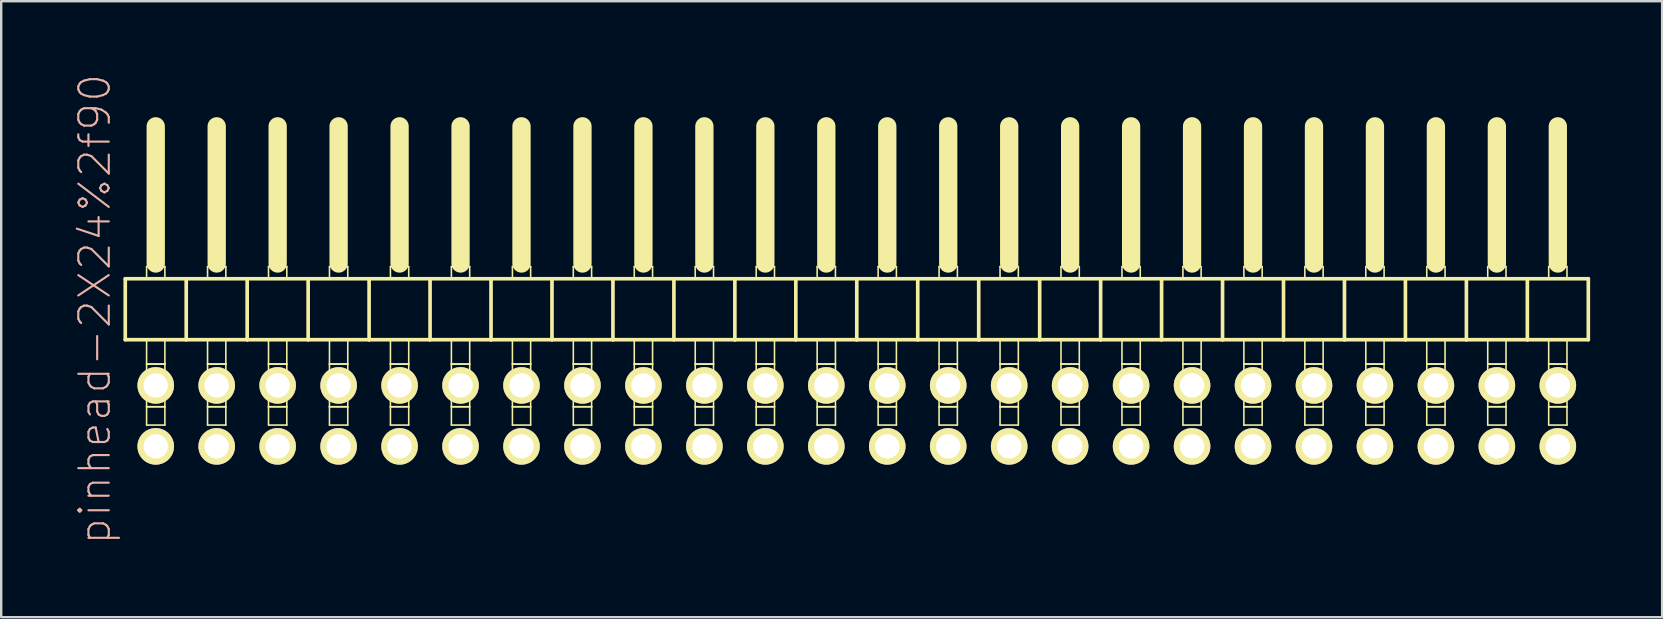
<source format=kicad_pcb>
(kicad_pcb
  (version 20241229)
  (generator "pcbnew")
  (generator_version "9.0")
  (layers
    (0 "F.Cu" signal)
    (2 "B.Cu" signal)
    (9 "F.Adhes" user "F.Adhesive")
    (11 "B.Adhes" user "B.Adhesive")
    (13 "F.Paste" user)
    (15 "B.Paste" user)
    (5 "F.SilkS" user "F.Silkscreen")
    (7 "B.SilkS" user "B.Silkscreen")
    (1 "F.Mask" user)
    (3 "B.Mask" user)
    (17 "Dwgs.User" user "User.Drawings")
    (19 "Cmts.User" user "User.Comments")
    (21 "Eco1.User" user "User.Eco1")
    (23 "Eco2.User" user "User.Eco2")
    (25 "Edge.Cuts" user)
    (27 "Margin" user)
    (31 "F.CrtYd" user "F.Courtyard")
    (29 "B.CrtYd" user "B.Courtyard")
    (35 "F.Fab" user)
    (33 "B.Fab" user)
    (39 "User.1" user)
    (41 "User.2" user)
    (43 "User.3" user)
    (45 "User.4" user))
  (footprint "pinhead-2X24%2f90"
    (layer "F.Cu")
    (at 32.649 9.199)
    (property "Reference" "pinhead-2X24%2f90" (at -31.75 0.635 90) (layer "B.SilkS") (effects (font (size 1.27 1.27) (thickness 0.089))))
    (attr exclude_from_pos_files exclude_from_bom)
    (fp_line (start -30.48 -0.635) (end -30.48 1.905) (stroke (width 0.152) (type solid)) (layer "F.SilkS"))
    (fp_line (start -30.48 1.905) (end -27.94 1.905) (stroke (width 0.152) (type solid)) (layer "F.SilkS"))
    (fp_line (start -29.591 -1.143) (end -28.829 -1.143) (stroke (width 0.066) (type solid)) (layer "F.SilkS"))
    (fp_line (start -29.591 -0.635) (end -29.591 -1.143) (stroke (width 0.066) (type solid)) (layer "F.SilkS"))
    (fp_line (start -29.591 -0.635) (end -28.829 -0.635) (stroke (width 0.066) (type solid)) (layer "F.SilkS"))
    (fp_line (start -29.591 1.905) (end -28.829 1.905) (stroke (width 0.066) (type solid)) (layer "F.SilkS"))
    (fp_line (start -29.591 2.921) (end -29.591 1.905) (stroke (width 0.066) (type solid)) (layer "F.SilkS"))
    (fp_line (start -29.591 2.921) (end -28.829 2.921) (stroke (width 0.066) (type solid)) (layer "F.SilkS"))
    (fp_line (start -29.591 2.921) (end -28.829 2.921) (stroke (width 0.066) (type solid)) (layer "F.SilkS"))
    (fp_line (start -29.591 4.699) (end -29.591 2.921) (stroke (width 0.066) (type solid)) (layer "F.SilkS"))
    (fp_line (start -29.591 4.699) (end -28.829 4.699) (stroke (width 0.066) (type solid)) (layer "F.SilkS"))
    (fp_line (start -29.591 4.699) (end -28.829 4.699) (stroke (width 0.066) (type solid)) (layer "F.SilkS"))
    (fp_line (start -29.591 5.461) (end -29.591 4.699) (stroke (width 0.066) (type solid)) (layer "F.SilkS"))
    (fp_line (start -29.591 5.461) (end -28.829 5.461) (stroke (width 0.066) (type solid)) (layer "F.SilkS"))
    (fp_line (start -29.21 -6.985) (end -29.21 -1.27) (stroke (width 0.762) (type solid)) (layer "F.SilkS"))
    (fp_line (start -28.829 -0.635) (end -28.829 -1.143) (stroke (width 0.066) (type solid)) (layer "F.SilkS"))
    (fp_line (start -28.829 2.921) (end -28.829 1.905) (stroke (width 0.066) (type solid)) (layer "F.SilkS"))
    (fp_line (start -28.829 4.699) (end -28.829 2.921) (stroke (width 0.066) (type solid)) (layer "F.SilkS"))
    (fp_line (start -28.829 5.461) (end -28.829 4.699) (stroke (width 0.066) (type solid)) (layer "F.SilkS"))
    (fp_line (start -27.94 -0.635) (end -30.48 -0.635) (stroke (width 0.152) (type solid)) (layer "F.SilkS"))
    (fp_line (start -27.94 1.905) (end -27.94 -0.635) (stroke (width 0.152) (type solid)) (layer "F.SilkS"))
    (fp_line (start -27.94 1.905) (end -25.4 1.905) (stroke (width 0.152) (type solid)) (layer "F.SilkS"))
    (fp_line (start -27.051 -1.143) (end -26.289 -1.143) (stroke (width 0.066) (type solid)) (layer "F.SilkS"))
    (fp_line (start -27.051 -0.635) (end -27.051 -1.143) (stroke (width 0.066) (type solid)) (layer "F.SilkS"))
    (fp_line (start -27.051 -0.635) (end -26.289 -0.635) (stroke (width 0.066) (type solid)) (layer "F.SilkS"))
    (fp_line (start -27.051 1.905) (end -26.289 1.905) (stroke (width 0.066) (type solid)) (layer "F.SilkS"))
    (fp_line (start -27.051 2.921) (end -27.051 1.905) (stroke (width 0.066) (type solid)) (layer "F.SilkS"))
    (fp_line (start -27.051 2.921) (end -26.289 2.921) (stroke (width 0.066) (type solid)) (layer "F.SilkS"))
    (fp_line (start -27.051 2.921) (end -26.289 2.921) (stroke (width 0.066) (type solid)) (layer "F.SilkS"))
    (fp_line (start -27.051 4.699) (end -27.051 2.921) (stroke (width 0.066) (type solid)) (layer "F.SilkS"))
    (fp_line (start -27.051 4.699) (end -26.289 4.699) (stroke (width 0.066) (type solid)) (layer "F.SilkS"))
    (fp_line (start -27.051 4.699) (end -26.289 4.699) (stroke (width 0.066) (type solid)) (layer "F.SilkS"))
    (fp_line (start -27.051 5.461) (end -27.051 4.699) (stroke (width 0.066) (type solid)) (layer "F.SilkS"))
    (fp_line (start -27.051 5.461) (end -26.289 5.461) (stroke (width 0.066) (type solid)) (layer "F.SilkS"))
    (fp_line (start -26.67 -6.985) (end -26.67 -1.27) (stroke (width 0.762) (type solid)) (layer "F.SilkS"))
    (fp_line (start -26.289 -0.635) (end -26.289 -1.143) (stroke (width 0.066) (type solid)) (layer "F.SilkS"))
    (fp_line (start -26.289 2.921) (end -26.289 1.905) (stroke (width 0.066) (type solid)) (layer "F.SilkS"))
    (fp_line (start -26.289 4.699) (end -26.289 2.921) (stroke (width 0.066) (type solid)) (layer "F.SilkS"))
    (fp_line (start -26.289 5.461) (end -26.289 4.699) (stroke (width 0.066) (type solid)) (layer "F.SilkS"))
    (fp_line (start -25.4 -0.635) (end -27.94 -0.635) (stroke (width 0.152) (type solid)) (layer "F.SilkS"))
    (fp_line (start -25.4 1.905) (end -25.4 -0.635) (stroke (width 0.152) (type solid)) (layer "F.SilkS"))
    (fp_line (start -25.4 1.905) (end -22.86 1.905) (stroke (width 0.152) (type solid)) (layer "F.SilkS"))
    (fp_line (start -24.511 -1.143) (end -23.749 -1.143) (stroke (width 0.066) (type solid)) (layer "F.SilkS"))
    (fp_line (start -24.511 -0.635) (end -24.511 -1.143) (stroke (width 0.066) (type solid)) (layer "F.SilkS"))
    (fp_line (start -24.511 -0.635) (end -23.749 -0.635) (stroke (width 0.066) (type solid)) (layer "F.SilkS"))
    (fp_line (start -24.511 1.905) (end -23.749 1.905) (stroke (width 0.066) (type solid)) (layer "F.SilkS"))
    (fp_line (start -24.511 2.921) (end -24.511 1.905) (stroke (width 0.066) (type solid)) (layer "F.SilkS"))
    (fp_line (start -24.511 2.921) (end -23.749 2.921) (stroke (width 0.066) (type solid)) (layer "F.SilkS"))
    (fp_line (start -24.511 2.921) (end -23.749 2.921) (stroke (width 0.066) (type solid)) (layer "F.SilkS"))
    (fp_line (start -24.511 4.699) (end -24.511 2.921) (stroke (width 0.066) (type solid)) (layer "F.SilkS"))
    (fp_line (start -24.511 4.699) (end -23.749 4.699) (stroke (width 0.066) (type solid)) (layer "F.SilkS"))
    (fp_line (start -24.511 4.699) (end -23.749 4.699) (stroke (width 0.066) (type solid)) (layer "F.SilkS"))
    (fp_line (start -24.511 5.461) (end -24.511 4.699) (stroke (width 0.066) (type solid)) (layer "F.SilkS"))
    (fp_line (start -24.511 5.461) (end -23.749 5.461) (stroke (width 0.066) (type solid)) (layer "F.SilkS"))
    (fp_line (start -24.13 -6.985) (end -24.13 -1.27) (stroke (width 0.762) (type solid)) (layer "F.SilkS"))
    (fp_line (start -23.749 -0.635) (end -23.749 -1.143) (stroke (width 0.066) (type solid)) (layer "F.SilkS"))
    (fp_line (start -23.749 2.921) (end -23.749 1.905) (stroke (width 0.066) (type solid)) (layer "F.SilkS"))
    (fp_line (start -23.749 4.699) (end -23.749 2.921) (stroke (width 0.066) (type solid)) (layer "F.SilkS"))
    (fp_line (start -23.749 5.461) (end -23.749 4.699) (stroke (width 0.066) (type solid)) (layer "F.SilkS"))
    (fp_line (start -22.86 -0.635) (end -25.4 -0.635) (stroke (width 0.152) (type solid)) (layer "F.SilkS"))
    (fp_line (start -22.86 1.905) (end -22.86 -0.635) (stroke (width 0.152) (type solid)) (layer "F.SilkS"))
    (fp_line (start -22.86 1.905) (end -20.32 1.905) (stroke (width 0.152) (type solid)) (layer "F.SilkS"))
    (fp_line (start -21.971 -1.143) (end -21.209 -1.143) (stroke (width 0.066) (type solid)) (layer "F.SilkS"))
    (fp_line (start -21.971 -0.635) (end -21.971 -1.143) (stroke (width 0.066) (type solid)) (layer "F.SilkS"))
    (fp_line (start -21.971 -0.635) (end -21.209 -0.635) (stroke (width 0.066) (type solid)) (layer "F.SilkS"))
    (fp_line (start -21.971 1.905) (end -21.209 1.905) (stroke (width 0.066) (type solid)) (layer "F.SilkS"))
    (fp_line (start -21.971 2.921) (end -21.971 1.905) (stroke (width 0.066) (type solid)) (layer "F.SilkS"))
    (fp_line (start -21.971 2.921) (end -21.209 2.921) (stroke (width 0.066) (type solid)) (layer "F.SilkS"))
    (fp_line (start -21.971 2.921) (end -21.209 2.921) (stroke (width 0.066) (type solid)) (layer "F.SilkS"))
    (fp_line (start -21.971 4.699) (end -21.971 2.921) (stroke (width 0.066) (type solid)) (layer "F.SilkS"))
    (fp_line (start -21.971 4.699) (end -21.209 4.699) (stroke (width 0.066) (type solid)) (layer "F.SilkS"))
    (fp_line (start -21.971 4.699) (end -21.209 4.699) (stroke (width 0.066) (type solid)) (layer "F.SilkS"))
    (fp_line (start -21.971 5.461) (end -21.971 4.699) (stroke (width 0.066) (type solid)) (layer "F.SilkS"))
    (fp_line (start -21.971 5.461) (end -21.209 5.461) (stroke (width 0.066) (type solid)) (layer "F.SilkS"))
    (fp_line (start -21.59 -6.985) (end -21.59 -1.27) (stroke (width 0.762) (type solid)) (layer "F.SilkS"))
    (fp_line (start -21.209 -0.635) (end -21.209 -1.143) (stroke (width 0.066) (type solid)) (layer "F.SilkS"))
    (fp_line (start -21.209 2.921) (end -21.209 1.905) (stroke (width 0.066) (type solid)) (layer "F.SilkS"))
    (fp_line (start -21.209 4.699) (end -21.209 2.921) (stroke (width 0.066) (type solid)) (layer "F.SilkS"))
    (fp_line (start -21.209 5.461) (end -21.209 4.699) (stroke (width 0.066) (type solid)) (layer "F.SilkS"))
    (fp_line (start -20.32 -0.635) (end -22.86 -0.635) (stroke (width 0.152) (type solid)) (layer "F.SilkS"))
    (fp_line (start -20.32 1.905) (end -20.32 -0.635) (stroke (width 0.152) (type solid)) (layer "F.SilkS"))
    (fp_line (start -20.32 1.905) (end -17.78 1.905) (stroke (width 0.152) (type solid)) (layer "F.SilkS"))
    (fp_line (start -19.431 -1.143) (end -18.669 -1.143) (stroke (width 0.066) (type solid)) (layer "F.SilkS"))
    (fp_line (start -19.431 -0.635) (end -19.431 -1.143) (stroke (width 0.066) (type solid)) (layer "F.SilkS"))
    (fp_line (start -19.431 -0.635) (end -18.669 -0.635) (stroke (width 0.066) (type solid)) (layer "F.SilkS"))
    (fp_line (start -19.431 1.905) (end -18.669 1.905) (stroke (width 0.066) (type solid)) (layer "F.SilkS"))
    (fp_line (start -19.431 2.921) (end -19.431 1.905) (stroke (width 0.066) (type solid)) (layer "F.SilkS"))
    (fp_line (start -19.431 2.921) (end -18.669 2.921) (stroke (width 0.066) (type solid)) (layer "F.SilkS"))
    (fp_line (start -19.431 2.921) (end -18.669 2.921) (stroke (width 0.066) (type solid)) (layer "F.SilkS"))
    (fp_line (start -19.431 4.699) (end -19.431 2.921) (stroke (width 0.066) (type solid)) (layer "F.SilkS"))
    (fp_line (start -19.431 4.699) (end -18.669 4.699) (stroke (width 0.066) (type solid)) (layer "F.SilkS"))
    (fp_line (start -19.431 4.699) (end -18.669 4.699) (stroke (width 0.066) (type solid)) (layer "F.SilkS"))
    (fp_line (start -19.431 5.461) (end -19.431 4.699) (stroke (width 0.066) (type solid)) (layer "F.SilkS"))
    (fp_line (start -19.431 5.461) (end -18.669 5.461) (stroke (width 0.066) (type solid)) (layer "F.SilkS"))
    (fp_line (start -19.05 -6.985) (end -19.05 -1.27) (stroke (width 0.762) (type solid)) (layer "F.SilkS"))
    (fp_line (start -18.669 -0.635) (end -18.669 -1.143) (stroke (width 0.066) (type solid)) (layer "F.SilkS"))
    (fp_line (start -18.669 2.921) (end -18.669 1.905) (stroke (width 0.066) (type solid)) (layer "F.SilkS"))
    (fp_line (start -18.669 4.699) (end -18.669 2.921) (stroke (width 0.066) (type solid)) (layer "F.SilkS"))
    (fp_line (start -18.669 5.461) (end -18.669 4.699) (stroke (width 0.066) (type solid)) (layer "F.SilkS"))
    (fp_line (start -17.78 -0.635) (end -20.32 -0.635) (stroke (width 0.152) (type solid)) (layer "F.SilkS"))
    (fp_line (start -17.78 1.905) (end -17.78 -0.635) (stroke (width 0.152) (type solid)) (layer "F.SilkS"))
    (fp_line (start -17.78 1.905) (end -15.24 1.905) (stroke (width 0.152) (type solid)) (layer "F.SilkS"))
    (fp_line (start -16.891 -1.143) (end -16.129 -1.143) (stroke (width 0.066) (type solid)) (layer "F.SilkS"))
    (fp_line (start -16.891 -0.635) (end -16.891 -1.143) (stroke (width 0.066) (type solid)) (layer "F.SilkS"))
    (fp_line (start -16.891 -0.635) (end -16.129 -0.635) (stroke (width 0.066) (type solid)) (layer "F.SilkS"))
    (fp_line (start -16.891 1.905) (end -16.129 1.905) (stroke (width 0.066) (type solid)) (layer "F.SilkS"))
    (fp_line (start -16.891 2.921) (end -16.891 1.905) (stroke (width 0.066) (type solid)) (layer "F.SilkS"))
    (fp_line (start -16.891 2.921) (end -16.129 2.921) (stroke (width 0.066) (type solid)) (layer "F.SilkS"))
    (fp_line (start -16.891 2.921) (end -16.129 2.921) (stroke (width 0.066) (type solid)) (layer "F.SilkS"))
    (fp_line (start -16.891 4.699) (end -16.891 2.921) (stroke (width 0.066) (type solid)) (layer "F.SilkS"))
    (fp_line (start -16.891 4.699) (end -16.129 4.699) (stroke (width 0.066) (type solid)) (layer "F.SilkS"))
    (fp_line (start -16.891 4.699) (end -16.129 4.699) (stroke (width 0.066) (type solid)) (layer "F.SilkS"))
    (fp_line (start -16.891 5.461) (end -16.891 4.699) (stroke (width 0.066) (type solid)) (layer "F.SilkS"))
    (fp_line (start -16.891 5.461) (end -16.129 5.461) (stroke (width 0.066) (type solid)) (layer "F.SilkS"))
    (fp_line (start -16.51 -6.985) (end -16.51 -1.27) (stroke (width 0.762) (type solid)) (layer "F.SilkS"))
    (fp_line (start -16.129 -0.635) (end -16.129 -1.143) (stroke (width 0.066) (type solid)) (layer "F.SilkS"))
    (fp_line (start -16.129 2.921) (end -16.129 1.905) (stroke (width 0.066) (type solid)) (layer "F.SilkS"))
    (fp_line (start -16.129 4.699) (end -16.129 2.921) (stroke (width 0.066) (type solid)) (layer "F.SilkS"))
    (fp_line (start -16.129 5.461) (end -16.129 4.699) (stroke (width 0.066) (type solid)) (layer "F.SilkS"))
    (fp_line (start -15.24 -0.635) (end -17.78 -0.635) (stroke (width 0.152) (type solid)) (layer "F.SilkS"))
    (fp_line (start -15.24 1.905) (end -15.24 -0.635) (stroke (width 0.152) (type solid)) (layer "F.SilkS"))
    (fp_line (start -15.24 1.905) (end -12.7 1.905) (stroke (width 0.152) (type solid)) (layer "F.SilkS"))
    (fp_line (start -14.348 -1.143) (end -13.589 -1.143) (stroke (width 0.066) (type solid)) (layer "F.SilkS"))
    (fp_line (start -14.348 -0.635) (end -14.348 -1.143) (stroke (width 0.066) (type solid)) (layer "F.SilkS"))
    (fp_line (start -14.348 -0.635) (end -13.589 -0.635) (stroke (width 0.066) (type solid)) (layer "F.SilkS"))
    (fp_line (start -14.348 1.905) (end -13.589 1.905) (stroke (width 0.066) (type solid)) (layer "F.SilkS"))
    (fp_line (start -14.348 2.921) (end -14.348 1.905) (stroke (width 0.066) (type solid)) (layer "F.SilkS"))
    (fp_line (start -14.348 2.921) (end -13.589 2.921) (stroke (width 0.066) (type solid)) (layer "F.SilkS"))
    (fp_line (start -14.348 2.921) (end -13.589 2.921) (stroke (width 0.066) (type solid)) (layer "F.SilkS"))
    (fp_line (start -14.348 4.699) (end -14.348 2.921) (stroke (width 0.066) (type solid)) (layer "F.SilkS"))
    (fp_line (start -14.348 4.699) (end -13.589 4.699) (stroke (width 0.066) (type solid)) (layer "F.SilkS"))
    (fp_line (start -14.348 4.699) (end -13.589 4.699) (stroke (width 0.066) (type solid)) (layer "F.SilkS"))
    (fp_line (start -14.348 5.461) (end -14.348 4.699) (stroke (width 0.066) (type solid)) (layer "F.SilkS"))
    (fp_line (start -14.348 5.461) (end -13.589 5.461) (stroke (width 0.066) (type solid)) (layer "F.SilkS"))
    (fp_line (start -13.97 -6.985) (end -13.97 -1.27) (stroke (width 0.762) (type solid)) (layer "F.SilkS"))
    (fp_line (start -13.589 -0.635) (end -13.589 -1.143) (stroke (width 0.066) (type solid)) (layer "F.SilkS"))
    (fp_line (start -13.589 2.921) (end -13.589 1.905) (stroke (width 0.066) (type solid)) (layer "F.SilkS"))
    (fp_line (start -13.589 4.699) (end -13.589 2.921) (stroke (width 0.066) (type solid)) (layer "F.SilkS"))
    (fp_line (start -13.589 5.461) (end -13.589 4.699) (stroke (width 0.066) (type solid)) (layer "F.SilkS"))
    (fp_line (start -12.7 -0.635) (end -15.24 -0.635) (stroke (width 0.152) (type solid)) (layer "F.SilkS"))
    (fp_line (start -12.7 1.905) (end -12.7 -0.635) (stroke (width 0.152) (type solid)) (layer "F.SilkS"))
    (fp_line (start -12.7 1.905) (end -10.16 1.905) (stroke (width 0.152) (type solid)) (layer "F.SilkS"))
    (fp_line (start -11.811 -1.143) (end -11.049 -1.143) (stroke (width 0.066) (type solid)) (layer "F.SilkS"))
    (fp_line (start -11.811 -0.635) (end -11.811 -1.143) (stroke (width 0.066) (type solid)) (layer "F.SilkS"))
    (fp_line (start -11.811 -0.635) (end -11.049 -0.635) (stroke (width 0.066) (type solid)) (layer "F.SilkS"))
    (fp_line (start -11.811 1.905) (end -11.049 1.905) (stroke (width 0.066) (type solid)) (layer "F.SilkS"))
    (fp_line (start -11.811 2.921) (end -11.811 1.905) (stroke (width 0.066) (type solid)) (layer "F.SilkS"))
    (fp_line (start -11.811 2.921) (end -11.049 2.921) (stroke (width 0.066) (type solid)) (layer "F.SilkS"))
    (fp_line (start -11.811 2.921) (end -11.049 2.921) (stroke (width 0.066) (type solid)) (layer "F.SilkS"))
    (fp_line (start -11.811 4.699) (end -11.811 2.921) (stroke (width 0.066) (type solid)) (layer "F.SilkS"))
    (fp_line (start -11.811 4.699) (end -11.049 4.699) (stroke (width 0.066) (type solid)) (layer "F.SilkS"))
    (fp_line (start -11.811 4.699) (end -11.049 4.699) (stroke (width 0.066) (type solid)) (layer "F.SilkS"))
    (fp_line (start -11.811 5.461) (end -11.811 4.699) (stroke (width 0.066) (type solid)) (layer "F.SilkS"))
    (fp_line (start -11.811 5.461) (end -11.049 5.461) (stroke (width 0.066) (type solid)) (layer "F.SilkS"))
    (fp_line (start -11.43 -6.985) (end -11.43 -1.27) (stroke (width 0.762) (type solid)) (layer "F.SilkS"))
    (fp_line (start -11.049 -0.635) (end -11.049 -1.143) (stroke (width 0.066) (type solid)) (layer "F.SilkS"))
    (fp_line (start -11.049 2.921) (end -11.049 1.905) (stroke (width 0.066) (type solid)) (layer "F.SilkS"))
    (fp_line (start -11.049 4.699) (end -11.049 2.921) (stroke (width 0.066) (type solid)) (layer "F.SilkS"))
    (fp_line (start -11.049 5.461) (end -11.049 4.699) (stroke (width 0.066) (type solid)) (layer "F.SilkS"))
    (fp_line (start -10.16 -0.635) (end -12.7 -0.635) (stroke (width 0.152) (type solid)) (layer "F.SilkS"))
    (fp_line (start -10.16 1.905) (end -10.16 -0.635) (stroke (width 0.152) (type solid)) (layer "F.SilkS"))
    (fp_line (start -10.16 1.905) (end -7.62 1.905) (stroke (width 0.152) (type solid)) (layer "F.SilkS"))
    (fp_line (start -9.271 -1.143) (end -8.509 -1.143) (stroke (width 0.066) (type solid)) (layer "F.SilkS"))
    (fp_line (start -9.271 -0.635) (end -9.271 -1.143) (stroke (width 0.066) (type solid)) (layer "F.SilkS"))
    (fp_line (start -9.271 -0.635) (end -8.509 -0.635) (stroke (width 0.066) (type solid)) (layer "F.SilkS"))
    (fp_line (start -9.271 1.905) (end -8.509 1.905) (stroke (width 0.066) (type solid)) (layer "F.SilkS"))
    (fp_line (start -9.271 2.921) (end -9.271 1.905) (stroke (width 0.066) (type solid)) (layer "F.SilkS"))
    (fp_line (start -9.271 2.921) (end -8.509 2.921) (stroke (width 0.066) (type solid)) (layer "F.SilkS"))
    (fp_line (start -9.271 2.921) (end -8.509 2.921) (stroke (width 0.066) (type solid)) (layer "F.SilkS"))
    (fp_line (start -9.271 4.699) (end -9.271 2.921) (stroke (width 0.066) (type solid)) (layer "F.SilkS"))
    (fp_line (start -9.271 4.699) (end -8.509 4.699) (stroke (width 0.066) (type solid)) (layer "F.SilkS"))
    (fp_line (start -9.271 4.699) (end -8.509 4.699) (stroke (width 0.066) (type solid)) (layer "F.SilkS"))
    (fp_line (start -9.271 5.461) (end -9.271 4.699) (stroke (width 0.066) (type solid)) (layer "F.SilkS"))
    (fp_line (start -9.271 5.461) (end -8.509 5.461) (stroke (width 0.066) (type solid)) (layer "F.SilkS"))
    (fp_line (start -8.89 -6.985) (end -8.89 -1.27) (stroke (width 0.762) (type solid)) (layer "F.SilkS"))
    (fp_line (start -8.509 -0.635) (end -8.509 -1.143) (stroke (width 0.066) (type solid)) (layer "F.SilkS"))
    (fp_line (start -8.509 2.921) (end -8.509 1.905) (stroke (width 0.066) (type solid)) (layer "F.SilkS"))
    (fp_line (start -8.509 4.699) (end -8.509 2.921) (stroke (width 0.066) (type solid)) (layer "F.SilkS"))
    (fp_line (start -8.509 5.461) (end -8.509 4.699) (stroke (width 0.066) (type solid)) (layer "F.SilkS"))
    (fp_line (start -7.62 -0.635) (end -10.16 -0.635) (stroke (width 0.152) (type solid)) (layer "F.SilkS"))
    (fp_line (start -7.62 1.905) (end -7.62 -0.635) (stroke (width 0.152) (type solid)) (layer "F.SilkS"))
    (fp_line (start -7.62 1.905) (end -5.08 1.905) (stroke (width 0.152) (type solid)) (layer "F.SilkS"))
    (fp_line (start -6.731 -1.143) (end -5.969 -1.143) (stroke (width 0.066) (type solid)) (layer "F.SilkS"))
    (fp_line (start -6.731 -0.635) (end -6.731 -1.143) (stroke (width 0.066) (type solid)) (layer "F.SilkS"))
    (fp_line (start -6.731 -0.635) (end -5.969 -0.635) (stroke (width 0.066) (type solid)) (layer "F.SilkS"))
    (fp_line (start -6.731 1.905) (end -5.969 1.905) (stroke (width 0.066) (type solid)) (layer "F.SilkS"))
    (fp_line (start -6.731 2.921) (end -6.731 1.905) (stroke (width 0.066) (type solid)) (layer "F.SilkS"))
    (fp_line (start -6.731 2.921) (end -5.969 2.921) (stroke (width 0.066) (type solid)) (layer "F.SilkS"))
    (fp_line (start -6.731 2.921) (end -5.969 2.921) (stroke (width 0.066) (type solid)) (layer "F.SilkS"))
    (fp_line (start -6.731 4.699) (end -6.731 2.921) (stroke (width 0.066) (type solid)) (layer "F.SilkS"))
    (fp_line (start -6.731 4.699) (end -5.969 4.699) (stroke (width 0.066) (type solid)) (layer "F.SilkS"))
    (fp_line (start -6.731 4.699) (end -5.969 4.699) (stroke (width 0.066) (type solid)) (layer "F.SilkS"))
    (fp_line (start -6.731 5.461) (end -6.731 4.699) (stroke (width 0.066) (type solid)) (layer "F.SilkS"))
    (fp_line (start -6.731 5.461) (end -5.969 5.461) (stroke (width 0.066) (type solid)) (layer "F.SilkS"))
    (fp_line (start -6.35 -6.985) (end -6.35 -1.27) (stroke (width 0.762) (type solid)) (layer "F.SilkS"))
    (fp_line (start -5.969 -0.635) (end -5.969 -1.143) (stroke (width 0.066) (type solid)) (layer "F.SilkS"))
    (fp_line (start -5.969 2.921) (end -5.969 1.905) (stroke (width 0.066) (type solid)) (layer "F.SilkS"))
    (fp_line (start -5.969 4.699) (end -5.969 2.921) (stroke (width 0.066) (type solid)) (layer "F.SilkS"))
    (fp_line (start -5.969 5.461) (end -5.969 4.699) (stroke (width 0.066) (type solid)) (layer "F.SilkS"))
    (fp_line (start -5.08 -0.635) (end -7.62 -0.635) (stroke (width 0.152) (type solid)) (layer "F.SilkS"))
    (fp_line (start -5.08 1.905) (end -5.08 -0.635) (stroke (width 0.152) (type solid)) (layer "F.SilkS"))
    (fp_line (start -5.08 1.905) (end -2.54 1.905) (stroke (width 0.152) (type solid)) (layer "F.SilkS"))
    (fp_line (start -4.191 -1.143) (end -3.429 -1.143) (stroke (width 0.066) (type solid)) (layer "F.SilkS"))
    (fp_line (start -4.191 -0.635) (end -4.191 -1.143) (stroke (width 0.066) (type solid)) (layer "F.SilkS"))
    (fp_line (start -4.191 -0.635) (end -3.429 -0.635) (stroke (width 0.066) (type solid)) (layer "F.SilkS"))
    (fp_line (start -4.191 1.905) (end -3.429 1.905) (stroke (width 0.066) (type solid)) (layer "F.SilkS"))
    (fp_line (start -4.191 2.921) (end -4.191 1.905) (stroke (width 0.066) (type solid)) (layer "F.SilkS"))
    (fp_line (start -4.191 2.921) (end -3.429 2.921) (stroke (width 0.066) (type solid)) (layer "F.SilkS"))
    (fp_line (start -4.191 2.921) (end -3.429 2.921) (stroke (width 0.066) (type solid)) (layer "F.SilkS"))
    (fp_line (start -4.191 4.699) (end -4.191 2.921) (stroke (width 0.066) (type solid)) (layer "F.SilkS"))
    (fp_line (start -4.191 4.699) (end -3.429 4.699) (stroke (width 0.066) (type solid)) (layer "F.SilkS"))
    (fp_line (start -4.191 4.699) (end -3.429 4.699) (stroke (width 0.066) (type solid)) (layer "F.SilkS"))
    (fp_line (start -4.191 5.461) (end -4.191 4.699) (stroke (width 0.066) (type solid)) (layer "F.SilkS"))
    (fp_line (start -4.191 5.461) (end -3.429 5.461) (stroke (width 0.066) (type solid)) (layer "F.SilkS"))
    (fp_line (start -3.81 -6.985) (end -3.81 -1.27) (stroke (width 0.762) (type solid)) (layer "F.SilkS"))
    (fp_line (start -3.429 -0.635) (end -3.429 -1.143) (stroke (width 0.066) (type solid)) (layer "F.SilkS"))
    (fp_line (start -3.429 2.921) (end -3.429 1.905) (stroke (width 0.066) (type solid)) (layer "F.SilkS"))
    (fp_line (start -3.429 4.699) (end -3.429 2.921) (stroke (width 0.066) (type solid)) (layer "F.SilkS"))
    (fp_line (start -3.429 5.461) (end -3.429 4.699) (stroke (width 0.066) (type solid)) (layer "F.SilkS"))
    (fp_line (start -2.54 -0.635) (end -5.08 -0.635) (stroke (width 0.152) (type solid)) (layer "F.SilkS"))
    (fp_line (start -2.54 1.905) (end -2.54 -0.635) (stroke (width 0.152) (type solid)) (layer "F.SilkS"))
    (fp_line (start -2.54 1.905) (end 0 1.905) (stroke (width 0.152) (type solid)) (layer "F.SilkS"))
    (fp_line (start -1.651 -1.143) (end -0.889 -1.143) (stroke (width 0.066) (type solid)) (layer "F.SilkS"))
    (fp_line (start -1.651 -0.635) (end -1.651 -1.143) (stroke (width 0.066) (type solid)) (layer "F.SilkS"))
    (fp_line (start -1.651 -0.635) (end -0.889 -0.635) (stroke (width 0.066) (type solid)) (layer "F.SilkS"))
    (fp_line (start -1.651 1.905) (end -0.889 1.905) (stroke (width 0.066) (type solid)) (layer "F.SilkS"))
    (fp_line (start -1.651 2.921) (end -1.651 1.905) (stroke (width 0.066) (type solid)) (layer "F.SilkS"))
    (fp_line (start -1.651 2.921) (end -0.889 2.921) (stroke (width 0.066) (type solid)) (layer "F.SilkS"))
    (fp_line (start -1.651 2.921) (end -0.889 2.921) (stroke (width 0.066) (type solid)) (layer "F.SilkS"))
    (fp_line (start -1.651 4.699) (end -1.651 2.921) (stroke (width 0.066) (type solid)) (layer "F.SilkS"))
    (fp_line (start -1.651 4.699) (end -0.889 4.699) (stroke (width 0.066) (type solid)) (layer "F.SilkS"))
    (fp_line (start -1.651 4.699) (end -0.889 4.699) (stroke (width 0.066) (type solid)) (layer "F.SilkS"))
    (fp_line (start -1.651 5.461) (end -1.651 4.699) (stroke (width 0.066) (type solid)) (layer "F.SilkS"))
    (fp_line (start -1.651 5.461) (end -0.889 5.461) (stroke (width 0.066) (type solid)) (layer "F.SilkS"))
    (fp_line (start -1.27 -6.985) (end -1.27 -1.27) (stroke (width 0.762) (type solid)) (layer "F.SilkS"))
    (fp_line (start -0.889 -0.635) (end -0.889 -1.143) (stroke (width 0.066) (type solid)) (layer "F.SilkS"))
    (fp_line (start -0.889 2.921) (end -0.889 1.905) (stroke (width 0.066) (type solid)) (layer "F.SilkS"))
    (fp_line (start -0.889 4.699) (end -0.889 2.921) (stroke (width 0.066) (type solid)) (layer "F.SilkS"))
    (fp_line (start -0.889 5.461) (end -0.889 4.699) (stroke (width 0.066) (type solid)) (layer "F.SilkS"))
    (fp_line (start 0 -0.635) (end -2.54 -0.635) (stroke (width 0.152) (type solid)) (layer "F.SilkS"))
    (fp_line (start 0 1.905) (end 0 -0.635) (stroke (width 0.152) (type solid)) (layer "F.SilkS"))
    (fp_line (start 0 1.905) (end 2.54 1.905) (stroke (width 0.152) (type solid)) (layer "F.SilkS"))
    (fp_line (start 0.889 -1.143) (end 1.651 -1.143) (stroke (width 0.066) (type solid)) (layer "F.SilkS"))
    (fp_line (start 0.889 -0.635) (end 0.889 -1.143) (stroke (width 0.066) (type solid)) (layer "F.SilkS"))
    (fp_line (start 0.889 -0.635) (end 1.651 -0.635) (stroke (width 0.066) (type solid)) (layer "F.SilkS"))
    (fp_line (start 0.889 1.905) (end 1.651 1.905) (stroke (width 0.066) (type solid)) (layer "F.SilkS"))
    (fp_line (start 0.889 2.921) (end 0.889 1.905) (stroke (width 0.066) (type solid)) (layer "F.SilkS"))
    (fp_line (start 0.889 2.921) (end 1.651 2.921) (stroke (width 0.066) (type solid)) (layer "F.SilkS"))
    (fp_line (start 0.889 2.921) (end 1.651 2.921) (stroke (width 0.066) (type solid)) (layer "F.SilkS"))
    (fp_line (start 0.889 4.699) (end 0.889 2.921) (stroke (width 0.066) (type solid)) (layer "F.SilkS"))
    (fp_line (start 0.889 4.699) (end 1.651 4.699) (stroke (width 0.066) (type solid)) (layer "F.SilkS"))
    (fp_line (start 0.889 4.699) (end 1.651 4.699) (stroke (width 0.066) (type solid)) (layer "F.SilkS"))
    (fp_line (start 0.889 5.461) (end 0.889 4.699) (stroke (width 0.066) (type solid)) (layer "F.SilkS"))
    (fp_line (start 0.889 5.461) (end 1.651 5.461) (stroke (width 0.066) (type solid)) (layer "F.SilkS"))
    (fp_line (start 1.27 -6.985) (end 1.27 -1.27) (stroke (width 0.762) (type solid)) (layer "F.SilkS"))
    (fp_line (start 1.651 -0.635) (end 1.651 -1.143) (stroke (width 0.066) (type solid)) (layer "F.SilkS"))
    (fp_line (start 1.651 2.921) (end 1.651 1.905) (stroke (width 0.066) (type solid)) (layer "F.SilkS"))
    (fp_line (start 1.651 4.699) (end 1.651 2.921) (stroke (width 0.066) (type solid)) (layer "F.SilkS"))
    (fp_line (start 1.651 5.461) (end 1.651 4.699) (stroke (width 0.066) (type solid)) (layer "F.SilkS"))
    (fp_line (start 2.54 -0.635) (end 0 -0.635) (stroke (width 0.152) (type solid)) (layer "F.SilkS"))
    (fp_line (start 2.54 1.905) (end 2.54 -0.635) (stroke (width 0.152) (type solid)) (layer "F.SilkS"))
    (fp_line (start 2.54 1.905) (end 5.08 1.905) (stroke (width 0.152) (type solid)) (layer "F.SilkS"))
    (fp_line (start 3.429 -1.143) (end 4.191 -1.143) (stroke (width 0.066) (type solid)) (layer "F.SilkS"))
    (fp_line (start 3.429 -0.635) (end 3.429 -1.143) (stroke (width 0.066) (type solid)) (layer "F.SilkS"))
    (fp_line (start 3.429 -0.635) (end 4.191 -0.635) (stroke (width 0.066) (type solid)) (layer "F.SilkS"))
    (fp_line (start 3.429 1.905) (end 4.191 1.905) (stroke (width 0.066) (type solid)) (layer "F.SilkS"))
    (fp_line (start 3.429 2.921) (end 3.429 1.905) (stroke (width 0.066) (type solid)) (layer "F.SilkS"))
    (fp_line (start 3.429 2.921) (end 4.191 2.921) (stroke (width 0.066) (type solid)) (layer "F.SilkS"))
    (fp_line (start 3.429 2.921) (end 4.191 2.921) (stroke (width 0.066) (type solid)) (layer "F.SilkS"))
    (fp_line (start 3.429 4.699) (end 3.429 2.921) (stroke (width 0.066) (type solid)) (layer "F.SilkS"))
    (fp_line (start 3.429 4.699) (end 4.191 4.699) (stroke (width 0.066) (type solid)) (layer "F.SilkS"))
    (fp_line (start 3.429 4.699) (end 4.191 4.699) (stroke (width 0.066) (type solid)) (layer "F.SilkS"))
    (fp_line (start 3.429 5.461) (end 3.429 4.699) (stroke (width 0.066) (type solid)) (layer "F.SilkS"))
    (fp_line (start 3.429 5.461) (end 4.191 5.461) (stroke (width 0.066) (type solid)) (layer "F.SilkS"))
    (fp_line (start 3.81 -6.985) (end 3.81 -1.27) (stroke (width 0.762) (type solid)) (layer "F.SilkS"))
    (fp_line (start 4.191 -0.635) (end 4.191 -1.143) (stroke (width 0.066) (type solid)) (layer "F.SilkS"))
    (fp_line (start 4.191 2.921) (end 4.191 1.905) (stroke (width 0.066) (type solid)) (layer "F.SilkS"))
    (fp_line (start 4.191 4.699) (end 4.191 2.921) (stroke (width 0.066) (type solid)) (layer "F.SilkS"))
    (fp_line (start 4.191 5.461) (end 4.191 4.699) (stroke (width 0.066) (type solid)) (layer "F.SilkS"))
    (fp_line (start 5.08 -0.635) (end 2.54 -0.635) (stroke (width 0.152) (type solid)) (layer "F.SilkS"))
    (fp_line (start 5.08 1.905) (end 5.08 -0.635) (stroke (width 0.152) (type solid)) (layer "F.SilkS"))
    (fp_line (start 5.08 1.905) (end 7.62 1.905) (stroke (width 0.152) (type solid)) (layer "F.SilkS"))
    (fp_line (start 5.969 -1.143) (end 6.731 -1.143) (stroke (width 0.066) (type solid)) (layer "F.SilkS"))
    (fp_line (start 5.969 -0.635) (end 5.969 -1.143) (stroke (width 0.066) (type solid)) (layer "F.SilkS"))
    (fp_line (start 5.969 -0.635) (end 6.731 -0.635) (stroke (width 0.066) (type solid)) (layer "F.SilkS"))
    (fp_line (start 5.969 1.905) (end 6.731 1.905) (stroke (width 0.066) (type solid)) (layer "F.SilkS"))
    (fp_line (start 5.969 2.921) (end 5.969 1.905) (stroke (width 0.066) (type solid)) (layer "F.SilkS"))
    (fp_line (start 5.969 2.921) (end 6.731 2.921) (stroke (width 0.066) (type solid)) (layer "F.SilkS"))
    (fp_line (start 5.969 2.921) (end 6.731 2.921) (stroke (width 0.066) (type solid)) (layer "F.SilkS"))
    (fp_line (start 5.969 4.699) (end 5.969 2.921) (stroke (width 0.066) (type solid)) (layer "F.SilkS"))
    (fp_line (start 5.969 4.699) (end 6.731 4.699) (stroke (width 0.066) (type solid)) (layer "F.SilkS"))
    (fp_line (start 5.969 4.699) (end 6.731 4.699) (stroke (width 0.066) (type solid)) (layer "F.SilkS"))
    (fp_line (start 5.969 5.461) (end 5.969 4.699) (stroke (width 0.066) (type solid)) (layer "F.SilkS"))
    (fp_line (start 5.969 5.461) (end 6.731 5.461) (stroke (width 0.066) (type solid)) (layer "F.SilkS"))
    (fp_line (start 6.35 -6.985) (end 6.35 -1.27) (stroke (width 0.762) (type solid)) (layer "F.SilkS"))
    (fp_line (start 6.731 -0.635) (end 6.731 -1.143) (stroke (width 0.066) (type solid)) (layer "F.SilkS"))
    (fp_line (start 6.731 2.921) (end 6.731 1.905) (stroke (width 0.066) (type solid)) (layer "F.SilkS"))
    (fp_line (start 6.731 4.699) (end 6.731 2.921) (stroke (width 0.066) (type solid)) (layer "F.SilkS"))
    (fp_line (start 6.731 5.461) (end 6.731 4.699) (stroke (width 0.066) (type solid)) (layer "F.SilkS"))
    (fp_line (start 7.62 -0.635) (end 5.08 -0.635) (stroke (width 0.152) (type solid)) (layer "F.SilkS"))
    (fp_line (start 7.62 1.905) (end 7.62 -0.635) (stroke (width 0.152) (type solid)) (layer "F.SilkS"))
    (fp_line (start 7.62 1.905) (end 10.16 1.905) (stroke (width 0.152) (type solid)) (layer "F.SilkS"))
    (fp_line (start 8.509 -1.143) (end 9.271 -1.143) (stroke (width 0.066) (type solid)) (layer "F.SilkS"))
    (fp_line (start 8.509 -0.635) (end 8.509 -1.143) (stroke (width 0.066) (type solid)) (layer "F.SilkS"))
    (fp_line (start 8.509 -0.635) (end 9.271 -0.635) (stroke (width 0.066) (type solid)) (layer "F.SilkS"))
    (fp_line (start 8.509 1.905) (end 9.271 1.905) (stroke (width 0.066) (type solid)) (layer "F.SilkS"))
    (fp_line (start 8.509 2.921) (end 8.509 1.905) (stroke (width 0.066) (type solid)) (layer "F.SilkS"))
    (fp_line (start 8.509 2.921) (end 9.271 2.921) (stroke (width 0.066) (type solid)) (layer "F.SilkS"))
    (fp_line (start 8.509 2.921) (end 9.271 2.921) (stroke (width 0.066) (type solid)) (layer "F.SilkS"))
    (fp_line (start 8.509 4.699) (end 8.509 2.921) (stroke (width 0.066) (type solid)) (layer "F.SilkS"))
    (fp_line (start 8.509 4.699) (end 9.271 4.699) (stroke (width 0.066) (type solid)) (layer "F.SilkS"))
    (fp_line (start 8.509 4.699) (end 9.271 4.699) (stroke (width 0.066) (type solid)) (layer "F.SilkS"))
    (fp_line (start 8.509 5.461) (end 8.509 4.699) (stroke (width 0.066) (type solid)) (layer "F.SilkS"))
    (fp_line (start 8.509 5.461) (end 9.271 5.461) (stroke (width 0.066) (type solid)) (layer "F.SilkS"))
    (fp_line (start 8.89 -6.985) (end 8.89 -1.27) (stroke (width 0.762) (type solid)) (layer "F.SilkS"))
    (fp_line (start 9.271 -0.635) (end 9.271 -1.143) (stroke (width 0.066) (type solid)) (layer "F.SilkS"))
    (fp_line (start 9.271 2.921) (end 9.271 1.905) (stroke (width 0.066) (type solid)) (layer "F.SilkS"))
    (fp_line (start 9.271 4.699) (end 9.271 2.921) (stroke (width 0.066) (type solid)) (layer "F.SilkS"))
    (fp_line (start 9.271 5.461) (end 9.271 4.699) (stroke (width 0.066) (type solid)) (layer "F.SilkS"))
    (fp_line (start 10.16 -0.635) (end 7.62 -0.635) (stroke (width 0.152) (type solid)) (layer "F.SilkS"))
    (fp_line (start 10.16 1.905) (end 10.16 -0.635) (stroke (width 0.152) (type solid)) (layer "F.SilkS"))
    (fp_line (start 10.16 1.905) (end 12.7 1.905) (stroke (width 0.152) (type solid)) (layer "F.SilkS"))
    (fp_line (start 11.049 -1.143) (end 11.811 -1.143) (stroke (width 0.066) (type solid)) (layer "F.SilkS"))
    (fp_line (start 11.049 -0.635) (end 11.049 -1.143) (stroke (width 0.066) (type solid)) (layer "F.SilkS"))
    (fp_line (start 11.049 -0.635) (end 11.811 -0.635) (stroke (width 0.066) (type solid)) (layer "F.SilkS"))
    (fp_line (start 11.049 1.905) (end 11.811 1.905) (stroke (width 0.066) (type solid)) (layer "F.SilkS"))
    (fp_line (start 11.049 2.921) (end 11.049 1.905) (stroke (width 0.066) (type solid)) (layer "F.SilkS"))
    (fp_line (start 11.049 2.921) (end 11.811 2.921) (stroke (width 0.066) (type solid)) (layer "F.SilkS"))
    (fp_line (start 11.049 2.921) (end 11.811 2.921) (stroke (width 0.066) (type solid)) (layer "F.SilkS"))
    (fp_line (start 11.049 4.699) (end 11.049 2.921) (stroke (width 0.066) (type solid)) (layer "F.SilkS"))
    (fp_line (start 11.049 4.699) (end 11.811 4.699) (stroke (width 0.066) (type solid)) (layer "F.SilkS"))
    (fp_line (start 11.049 4.699) (end 11.811 4.699) (stroke (width 0.066) (type solid)) (layer "F.SilkS"))
    (fp_line (start 11.049 5.461) (end 11.049 4.699) (stroke (width 0.066) (type solid)) (layer "F.SilkS"))
    (fp_line (start 11.049 5.461) (end 11.811 5.461) (stroke (width 0.066) (type solid)) (layer "F.SilkS"))
    (fp_line (start 11.43 -6.985) (end 11.43 -1.27) (stroke (width 0.762) (type solid)) (layer "F.SilkS"))
    (fp_line (start 11.811 -0.635) (end 11.811 -1.143) (stroke (width 0.066) (type solid)) (layer "F.SilkS"))
    (fp_line (start 11.811 2.921) (end 11.811 1.905) (stroke (width 0.066) (type solid)) (layer "F.SilkS"))
    (fp_line (start 11.811 4.699) (end 11.811 2.921) (stroke (width 0.066) (type solid)) (layer "F.SilkS"))
    (fp_line (start 11.811 5.461) (end 11.811 4.699) (stroke (width 0.066) (type solid)) (layer "F.SilkS"))
    (fp_line (start 12.7 -0.635) (end 10.16 -0.635) (stroke (width 0.152) (type solid)) (layer "F.SilkS"))
    (fp_line (start 12.7 1.905) (end 12.7 -0.635) (stroke (width 0.152) (type solid)) (layer "F.SilkS"))
    (fp_line (start 12.7 1.905) (end 15.24 1.905) (stroke (width 0.152) (type solid)) (layer "F.SilkS"))
    (fp_line (start 13.589 -1.143) (end 14.348 -1.143) (stroke (width 0.066) (type solid)) (layer "F.SilkS"))
    (fp_line (start 13.589 -0.635) (end 13.589 -1.143) (stroke (width 0.066) (type solid)) (layer "F.SilkS"))
    (fp_line (start 13.589 -0.635) (end 14.348 -0.635) (stroke (width 0.066) (type solid)) (layer "F.SilkS"))
    (fp_line (start 13.589 1.905) (end 14.348 1.905) (stroke (width 0.066) (type solid)) (layer "F.SilkS"))
    (fp_line (start 13.589 2.921) (end 13.589 1.905) (stroke (width 0.066) (type solid)) (layer "F.SilkS"))
    (fp_line (start 13.589 2.921) (end 14.348 2.921) (stroke (width 0.066) (type solid)) (layer "F.SilkS"))
    (fp_line (start 13.589 2.921) (end 14.348 2.921) (stroke (width 0.066) (type solid)) (layer "F.SilkS"))
    (fp_line (start 13.589 4.699) (end 13.589 2.921) (stroke (width 0.066) (type solid)) (layer "F.SilkS"))
    (fp_line (start 13.589 4.699) (end 14.348 4.699) (stroke (width 0.066) (type solid)) (layer "F.SilkS"))
    (fp_line (start 13.589 4.699) (end 14.348 4.699) (stroke (width 0.066) (type solid)) (layer "F.SilkS"))
    (fp_line (start 13.589 5.461) (end 13.589 4.699) (stroke (width 0.066) (type solid)) (layer "F.SilkS"))
    (fp_line (start 13.589 5.461) (end 14.348 5.461) (stroke (width 0.066) (type solid)) (layer "F.SilkS"))
    (fp_line (start 13.97 -6.985) (end 13.97 -1.27) (stroke (width 0.762) (type solid)) (layer "F.SilkS"))
    (fp_line (start 14.348 -0.635) (end 14.348 -1.143) (stroke (width 0.066) (type solid)) (layer "F.SilkS"))
    (fp_line (start 14.348 2.921) (end 14.348 1.905) (stroke (width 0.066) (type solid)) (layer "F.SilkS"))
    (fp_line (start 14.348 4.699) (end 14.348 2.921) (stroke (width 0.066) (type solid)) (layer "F.SilkS"))
    (fp_line (start 14.348 5.461) (end 14.348 4.699) (stroke (width 0.066) (type solid)) (layer "F.SilkS"))
    (fp_line (start 15.24 -0.635) (end 12.7 -0.635) (stroke (width 0.152) (type solid)) (layer "F.SilkS"))
    (fp_line (start 15.24 1.905) (end 15.24 -0.635) (stroke (width 0.152) (type solid)) (layer "F.SilkS"))
    (fp_line (start 15.24 1.905) (end 17.78 1.905) (stroke (width 0.152) (type solid)) (layer "F.SilkS"))
    (fp_line (start 16.129 -1.143) (end 16.891 -1.143) (stroke (width 0.066) (type solid)) (layer "F.SilkS"))
    (fp_line (start 16.129 -0.635) (end 16.129 -1.143) (stroke (width 0.066) (type solid)) (layer "F.SilkS"))
    (fp_line (start 16.129 -0.635) (end 16.891 -0.635) (stroke (width 0.066) (type solid)) (layer "F.SilkS"))
    (fp_line (start 16.129 1.905) (end 16.891 1.905) (stroke (width 0.066) (type solid)) (layer "F.SilkS"))
    (fp_line (start 16.129 2.921) (end 16.129 1.905) (stroke (width 0.066) (type solid)) (layer "F.SilkS"))
    (fp_line (start 16.129 2.921) (end 16.891 2.921) (stroke (width 0.066) (type solid)) (layer "F.SilkS"))
    (fp_line (start 16.129 2.921) (end 16.891 2.921) (stroke (width 0.066) (type solid)) (layer "F.SilkS"))
    (fp_line (start 16.129 4.699) (end 16.129 2.921) (stroke (width 0.066) (type solid)) (layer "F.SilkS"))
    (fp_line (start 16.129 4.699) (end 16.891 4.699) (stroke (width 0.066) (type solid)) (layer "F.SilkS"))
    (fp_line (start 16.129 4.699) (end 16.891 4.699) (stroke (width 0.066) (type solid)) (layer "F.SilkS"))
    (fp_line (start 16.129 5.461) (end 16.129 4.699) (stroke (width 0.066) (type solid)) (layer "F.SilkS"))
    (fp_line (start 16.129 5.461) (end 16.891 5.461) (stroke (width 0.066) (type solid)) (layer "F.SilkS"))
    (fp_line (start 16.51 -6.985) (end 16.51 -1.27) (stroke (width 0.762) (type solid)) (layer "F.SilkS"))
    (fp_line (start 16.891 -0.635) (end 16.891 -1.143) (stroke (width 0.066) (type solid)) (layer "F.SilkS"))
    (fp_line (start 16.891 2.921) (end 16.891 1.905) (stroke (width 0.066) (type solid)) (layer "F.SilkS"))
    (fp_line (start 16.891 4.699) (end 16.891 2.921) (stroke (width 0.066) (type solid)) (layer "F.SilkS"))
    (fp_line (start 16.891 5.461) (end 16.891 4.699) (stroke (width 0.066) (type solid)) (layer "F.SilkS"))
    (fp_line (start 17.78 -0.635) (end 15.24 -0.635) (stroke (width 0.152) (type solid)) (layer "F.SilkS"))
    (fp_line (start 17.78 1.905) (end 17.78 -0.635) (stroke (width 0.152) (type solid)) (layer "F.SilkS"))
    (fp_line (start 17.78 1.905) (end 20.32 1.905) (stroke (width 0.152) (type solid)) (layer "F.SilkS"))
    (fp_line (start 18.669 -1.143) (end 19.431 -1.143) (stroke (width 0.066) (type solid)) (layer "F.SilkS"))
    (fp_line (start 18.669 -0.635) (end 18.669 -1.143) (stroke (width 0.066) (type solid)) (layer "F.SilkS"))
    (fp_line (start 18.669 -0.635) (end 19.431 -0.635) (stroke (width 0.066) (type solid)) (layer "F.SilkS"))
    (fp_line (start 18.669 1.905) (end 19.431 1.905) (stroke (width 0.066) (type solid)) (layer "F.SilkS"))
    (fp_line (start 18.669 2.921) (end 18.669 1.905) (stroke (width 0.066) (type solid)) (layer "F.SilkS"))
    (fp_line (start 18.669 2.921) (end 19.431 2.921) (stroke (width 0.066) (type solid)) (layer "F.SilkS"))
    (fp_line (start 18.669 2.921) (end 19.431 2.921) (stroke (width 0.066) (type solid)) (layer "F.SilkS"))
    (fp_line (start 18.669 4.699) (end 18.669 2.921) (stroke (width 0.066) (type solid)) (layer "F.SilkS"))
    (fp_line (start 18.669 4.699) (end 19.431 4.699) (stroke (width 0.066) (type solid)) (layer "F.SilkS"))
    (fp_line (start 18.669 4.699) (end 19.431 4.699) (stroke (width 0.066) (type solid)) (layer "F.SilkS"))
    (fp_line (start 18.669 5.461) (end 18.669 4.699) (stroke (width 0.066) (type solid)) (layer "F.SilkS"))
    (fp_line (start 18.669 5.461) (end 19.431 5.461) (stroke (width 0.066) (type solid)) (layer "F.SilkS"))
    (fp_line (start 19.05 -6.985) (end 19.05 -1.27) (stroke (width 0.762) (type solid)) (layer "F.SilkS"))
    (fp_line (start 19.431 -0.635) (end 19.431 -1.143) (stroke (width 0.066) (type solid)) (layer "F.SilkS"))
    (fp_line (start 19.431 2.921) (end 19.431 1.905) (stroke (width 0.066) (type solid)) (layer "F.SilkS"))
    (fp_line (start 19.431 4.699) (end 19.431 2.921) (stroke (width 0.066) (type solid)) (layer "F.SilkS"))
    (fp_line (start 19.431 5.461) (end 19.431 4.699) (stroke (width 0.066) (type solid)) (layer "F.SilkS"))
    (fp_line (start 20.32 -0.635) (end 17.78 -0.635) (stroke (width 0.152) (type solid)) (layer "F.SilkS"))
    (fp_line (start 20.32 1.905) (end 20.32 -0.635) (stroke (width 0.152) (type solid)) (layer "F.SilkS"))
    (fp_line (start 20.32 1.905) (end 22.86 1.905) (stroke (width 0.152) (type solid)) (layer "F.SilkS"))
    (fp_line (start 21.209 -1.143) (end 21.971 -1.143) (stroke (width 0.066) (type solid)) (layer "F.SilkS"))
    (fp_line (start 21.209 -0.635) (end 21.209 -1.143) (stroke (width 0.066) (type solid)) (layer "F.SilkS"))
    (fp_line (start 21.209 -0.635) (end 21.971 -0.635) (stroke (width 0.066) (type solid)) (layer "F.SilkS"))
    (fp_line (start 21.209 1.905) (end 21.971 1.905) (stroke (width 0.066) (type solid)) (layer "F.SilkS"))
    (fp_line (start 21.209 2.921) (end 21.209 1.905) (stroke (width 0.066) (type solid)) (layer "F.SilkS"))
    (fp_line (start 21.209 2.921) (end 21.971 2.921) (stroke (width 0.066) (type solid)) (layer "F.SilkS"))
    (fp_line (start 21.209 2.921) (end 21.971 2.921) (stroke (width 0.066) (type solid)) (layer "F.SilkS"))
    (fp_line (start 21.209 4.699) (end 21.209 2.921) (stroke (width 0.066) (type solid)) (layer "F.SilkS"))
    (fp_line (start 21.209 4.699) (end 21.971 4.699) (stroke (width 0.066) (type solid)) (layer "F.SilkS"))
    (fp_line (start 21.209 4.699) (end 21.971 4.699) (stroke (width 0.066) (type solid)) (layer "F.SilkS"))
    (fp_line (start 21.209 5.461) (end 21.209 4.699) (stroke (width 0.066) (type solid)) (layer "F.SilkS"))
    (fp_line (start 21.209 5.461) (end 21.971 5.461) (stroke (width 0.066) (type solid)) (layer "F.SilkS"))
    (fp_line (start 21.59 -6.985) (end 21.59 -1.27) (stroke (width 0.762) (type solid)) (layer "F.SilkS"))
    (fp_line (start 21.971 -0.635) (end 21.971 -1.143) (stroke (width 0.066) (type solid)) (layer "F.SilkS"))
    (fp_line (start 21.971 2.921) (end 21.971 1.905) (stroke (width 0.066) (type solid)) (layer "F.SilkS"))
    (fp_line (start 21.971 4.699) (end 21.971 2.921) (stroke (width 0.066) (type solid)) (layer "F.SilkS"))
    (fp_line (start 21.971 5.461) (end 21.971 4.699) (stroke (width 0.066) (type solid)) (layer "F.SilkS"))
    (fp_line (start 22.86 -0.635) (end 20.32 -0.635) (stroke (width 0.152) (type solid)) (layer "F.SilkS"))
    (fp_line (start 22.86 1.905) (end 22.86 -0.635) (stroke (width 0.152) (type solid)) (layer "F.SilkS"))
    (fp_line (start 22.86 1.905) (end 25.4 1.905) (stroke (width 0.152) (type solid)) (layer "F.SilkS"))
    (fp_line (start 23.749 -1.143) (end 24.511 -1.143) (stroke (width 0.066) (type solid)) (layer "F.SilkS"))
    (fp_line (start 23.749 -0.635) (end 23.749 -1.143) (stroke (width 0.066) (type solid)) (layer "F.SilkS"))
    (fp_line (start 23.749 -0.635) (end 24.511 -0.635) (stroke (width 0.066) (type solid)) (layer "F.SilkS"))
    (fp_line (start 23.749 1.905) (end 24.511 1.905) (stroke (width 0.066) (type solid)) (layer "F.SilkS"))
    (fp_line (start 23.749 2.921) (end 23.749 1.905) (stroke (width 0.066) (type solid)) (layer "F.SilkS"))
    (fp_line (start 23.749 2.921) (end 24.511 2.921) (stroke (width 0.066) (type solid)) (layer "F.SilkS"))
    (fp_line (start 23.749 2.921) (end 24.511 2.921) (stroke (width 0.066) (type solid)) (layer "F.SilkS"))
    (fp_line (start 23.749 4.699) (end 23.749 2.921) (stroke (width 0.066) (type solid)) (layer "F.SilkS"))
    (fp_line (start 23.749 4.699) (end 24.511 4.699) (stroke (width 0.066) (type solid)) (layer "F.SilkS"))
    (fp_line (start 23.749 4.699) (end 24.511 4.699) (stroke (width 0.066) (type solid)) (layer "F.SilkS"))
    (fp_line (start 23.749 5.461) (end 23.749 4.699) (stroke (width 0.066) (type solid)) (layer "F.SilkS"))
    (fp_line (start 23.749 5.461) (end 24.511 5.461) (stroke (width 0.066) (type solid)) (layer "F.SilkS"))
    (fp_line (start 24.13 -6.985) (end 24.13 -1.27) (stroke (width 0.762) (type solid)) (layer "F.SilkS"))
    (fp_line (start 24.511 -0.635) (end 24.511 -1.143) (stroke (width 0.066) (type solid)) (layer "F.SilkS"))
    (fp_line (start 24.511 2.921) (end 24.511 1.905) (stroke (width 0.066) (type solid)) (layer "F.SilkS"))
    (fp_line (start 24.511 4.699) (end 24.511 2.921) (stroke (width 0.066) (type solid)) (layer "F.SilkS"))
    (fp_line (start 24.511 5.461) (end 24.511 4.699) (stroke (width 0.066) (type solid)) (layer "F.SilkS"))
    (fp_line (start 25.4 -0.635) (end 22.86 -0.635) (stroke (width 0.152) (type solid)) (layer "F.SilkS"))
    (fp_line (start 25.4 1.905) (end 25.4 -0.635) (stroke (width 0.152) (type solid)) (layer "F.SilkS"))
    (fp_line (start 25.4 1.905) (end 27.94 1.905) (stroke (width 0.152) (type solid)) (layer "F.SilkS"))
    (fp_line (start 26.289 -1.143) (end 27.051 -1.143) (stroke (width 0.066) (type solid)) (layer "F.SilkS"))
    (fp_line (start 26.289 -0.635) (end 26.289 -1.143) (stroke (width 0.066) (type solid)) (layer "F.SilkS"))
    (fp_line (start 26.289 -0.635) (end 27.051 -0.635) (stroke (width 0.066) (type solid)) (layer "F.SilkS"))
    (fp_line (start 26.289 1.905) (end 27.051 1.905) (stroke (width 0.066) (type solid)) (layer "F.SilkS"))
    (fp_line (start 26.289 2.921) (end 26.289 1.905) (stroke (width 0.066) (type solid)) (layer "F.SilkS"))
    (fp_line (start 26.289 2.921) (end 27.051 2.921) (stroke (width 0.066) (type solid)) (layer "F.SilkS"))
    (fp_line (start 26.289 2.921) (end 27.051 2.921) (stroke (width 0.066) (type solid)) (layer "F.SilkS"))
    (fp_line (start 26.289 4.699) (end 26.289 2.921) (stroke (width 0.066) (type solid)) (layer "F.SilkS"))
    (fp_line (start 26.289 4.699) (end 27.051 4.699) (stroke (width 0.066) (type solid)) (layer "F.SilkS"))
    (fp_line (start 26.289 4.699) (end 27.051 4.699) (stroke (width 0.066) (type solid)) (layer "F.SilkS"))
    (fp_line (start 26.289 5.461) (end 26.289 4.699) (stroke (width 0.066) (type solid)) (layer "F.SilkS"))
    (fp_line (start 26.289 5.461) (end 27.051 5.461) (stroke (width 0.066) (type solid)) (layer "F.SilkS"))
    (fp_line (start 26.67 -6.985) (end 26.67 -1.27) (stroke (width 0.762) (type solid)) (layer "F.SilkS"))
    (fp_line (start 27.051 -0.635) (end 27.051 -1.143) (stroke (width 0.066) (type solid)) (layer "F.SilkS"))
    (fp_line (start 27.051 2.921) (end 27.051 1.905) (stroke (width 0.066) (type solid)) (layer "F.SilkS"))
    (fp_line (start 27.051 4.699) (end 27.051 2.921) (stroke (width 0.066) (type solid)) (layer "F.SilkS"))
    (fp_line (start 27.051 5.461) (end 27.051 4.699) (stroke (width 0.066) (type solid)) (layer "F.SilkS"))
    (fp_line (start 27.94 -0.635) (end 25.4 -0.635) (stroke (width 0.152) (type solid)) (layer "F.SilkS"))
    (fp_line (start 27.94 1.905) (end 27.94 -0.635) (stroke (width 0.152) (type solid)) (layer "F.SilkS"))
    (fp_line (start 27.94 1.905) (end 30.48 1.905) (stroke (width 0.152) (type solid)) (layer "F.SilkS"))
    (fp_line (start 28.829 -1.143) (end 29.591 -1.143) (stroke (width 0.066) (type solid)) (layer "F.SilkS"))
    (fp_line (start 28.829 -0.635) (end 28.829 -1.143) (stroke (width 0.066) (type solid)) (layer "F.SilkS"))
    (fp_line (start 28.829 -0.635) (end 29.591 -0.635) (stroke (width 0.066) (type solid)) (layer "F.SilkS"))
    (fp_line (start 28.829 1.905) (end 29.591 1.905) (stroke (width 0.066) (type solid)) (layer "F.SilkS"))
    (fp_line (start 28.829 2.921) (end 28.829 1.905) (stroke (width 0.066) (type solid)) (layer "F.SilkS"))
    (fp_line (start 28.829 2.921) (end 29.591 2.921) (stroke (width 0.066) (type solid)) (layer "F.SilkS"))
    (fp_line (start 28.829 2.921) (end 29.591 2.921) (stroke (width 0.066) (type solid)) (layer "F.SilkS"))
    (fp_line (start 28.829 4.699) (end 28.829 2.921) (stroke (width 0.066) (type solid)) (layer "F.SilkS"))
    (fp_line (start 28.829 4.699) (end 29.591 4.699) (stroke (width 0.066) (type solid)) (layer "F.SilkS"))
    (fp_line (start 28.829 4.699) (end 29.591 4.699) (stroke (width 0.066) (type solid)) (layer "F.SilkS"))
    (fp_line (start 28.829 5.461) (end 28.829 4.699) (stroke (width 0.066) (type solid)) (layer "F.SilkS"))
    (fp_line (start 28.829 5.461) (end 29.591 5.461) (stroke (width 0.066) (type solid)) (layer "F.SilkS"))
    (fp_line (start 29.21 -6.985) (end 29.21 -1.27) (stroke (width 0.762) (type solid)) (layer "F.SilkS"))
    (fp_line (start 29.591 -0.635) (end 29.591 -1.143) (stroke (width 0.066) (type solid)) (layer "F.SilkS"))
    (fp_line (start 29.591 2.921) (end 29.591 1.905) (stroke (width 0.066) (type solid)) (layer "F.SilkS"))
    (fp_line (start 29.591 4.699) (end 29.591 2.921) (stroke (width 0.066) (type solid)) (layer "F.SilkS"))
    (fp_line (start 29.591 5.461) (end 29.591 4.699) (stroke (width 0.066) (type solid)) (layer "F.SilkS"))
    (fp_line (start 30.48 -0.635) (end 27.94 -0.635) (stroke (width 0.152) (type solid)) (layer "F.SilkS"))
    (fp_line (start 30.48 1.905) (end 30.48 -0.635) (stroke (width 0.152) (type solid)) (layer "F.SilkS"))
    (pad "1" thru_hole circle (at -29.21 6.35) (size 1.524 1.524) (drill 1.016) (layers "*.Cu" "F.Mask" "F.SilkS" "F.Paste"))
    (pad "2" thru_hole circle (at -29.21 3.81) (size 1.524 1.524) (drill 1.016) (layers "*.Cu" "F.Mask" "F.SilkS" "F.Paste"))
    (pad "3" thru_hole circle (at -26.67 6.35) (size 1.524 1.524) (drill 1.016) (layers "*.Cu" "F.Mask" "F.SilkS" "F.Paste"))
    (pad "4" thru_hole circle (at -26.67 3.81) (size 1.524 1.524) (drill 1.016) (layers "*.Cu" "F.Mask" "F.SilkS" "F.Paste"))
    (pad "5" thru_hole circle (at -24.13 6.35) (size 1.524 1.524) (drill 1.016) (layers "*.Cu" "F.Mask" "F.SilkS" "F.Paste"))
    (pad "6" thru_hole circle (at -24.13 3.81) (size 1.524 1.524) (drill 1.016) (layers "*.Cu" "F.Mask" "F.SilkS" "F.Paste"))
    (pad "7" thru_hole circle (at -21.59 6.35) (size 1.524 1.524) (drill 1.016) (layers "*.Cu" "F.Mask" "F.SilkS" "F.Paste"))
    (pad "8" thru_hole circle (at -21.59 3.81) (size 1.524 1.524) (drill 1.016) (layers "*.Cu" "F.Mask" "F.SilkS" "F.Paste"))
    (pad "9" thru_hole circle (at -19.05 6.35) (size 1.524 1.524) (drill 1.016) (layers "*.Cu" "F.Mask" "F.SilkS" "F.Paste"))
    (pad "10" thru_hole circle (at -19.05 3.81) (size 1.524 1.524) (drill 1.016) (layers "*.Cu" "F.Mask" "F.SilkS" "F.Paste"))
    (pad "11" thru_hole circle (at -16.51 6.35) (size 1.524 1.524) (drill 1.016) (layers "*.Cu" "F.Mask" "F.SilkS" "F.Paste"))
    (pad "12" thru_hole circle (at -16.51 3.81) (size 1.524 1.524) (drill 1.016) (layers "*.Cu" "F.Mask" "F.SilkS" "F.Paste"))
    (pad "13" thru_hole circle (at -13.97 6.35) (size 1.524 1.524) (drill 1.016) (layers "*.Cu" "F.Mask" "F.SilkS" "F.Paste"))
    (pad "14" thru_hole circle (at -13.97 3.81) (size 1.524 1.524) (drill 1.016) (layers "*.Cu" "F.Mask" "F.SilkS" "F.Paste"))
    (pad "15" thru_hole circle (at -11.43 6.35) (size 1.524 1.524) (drill 1.016) (layers "*.Cu" "F.Mask" "F.SilkS" "F.Paste"))
    (pad "16" thru_hole circle (at -11.43 3.81) (size 1.524 1.524) (drill 1.016) (layers "*.Cu" "F.Mask" "F.SilkS" "F.Paste"))
    (pad "17" thru_hole circle (at -8.89 6.35) (size 1.524 1.524) (drill 1.016) (layers "*.Cu" "F.Mask" "F.SilkS" "F.Paste"))
    (pad "18" thru_hole circle (at -8.89 3.81) (size 1.524 1.524) (drill 1.016) (layers "*.Cu" "F.Mask" "F.SilkS" "F.Paste"))
    (pad "19" thru_hole circle (at -6.35 6.35) (size 1.524 1.524) (drill 1.016) (layers "*.Cu" "F.Mask" "F.SilkS" "F.Paste"))
    (pad "20" thru_hole circle (at -6.35 3.81) (size 1.524 1.524) (drill 1.016) (layers "*.Cu" "F.Mask" "F.SilkS" "F.Paste"))
    (pad "21" thru_hole circle (at -3.81 6.35) (size 1.524 1.524) (drill 1.016) (layers "*.Cu" "F.Mask" "F.SilkS" "F.Paste"))
    (pad "22" thru_hole circle (at -3.81 3.81) (size 1.524 1.524) (drill 1.016) (layers "*.Cu" "F.Mask" "F.SilkS" "F.Paste"))
    (pad "23" thru_hole circle (at -1.27 6.35) (size 1.524 1.524) (drill 1.016) (layers "*.Cu" "F.Mask" "F.SilkS" "F.Paste"))
    (pad "24" thru_hole circle (at -1.27 3.81) (size 1.524 1.524) (drill 1.016) (layers "*.Cu" "F.Mask" "F.SilkS" "F.Paste"))
    (pad "25" thru_hole circle (at 1.27 6.35) (size 1.524 1.524) (drill 1.016) (layers "*.Cu" "F.Mask" "F.SilkS" "F.Paste"))
    (pad "26" thru_hole circle (at 1.27 3.81) (size 1.524 1.524) (drill 1.016) (layers "*.Cu" "F.Mask" "F.SilkS" "F.Paste"))
    (pad "27" thru_hole circle (at 3.81 6.35) (size 1.524 1.524) (drill 1.016) (layers "*.Cu" "F.Mask" "F.SilkS" "F.Paste"))
    (pad "28" thru_hole circle (at 3.81 3.81) (size 1.524 1.524) (drill 1.016) (layers "*.Cu" "F.Mask" "F.SilkS" "F.Paste"))
    (pad "29" thru_hole circle (at 6.35 6.35) (size 1.524 1.524) (drill 1.016) (layers "*.Cu" "F.Mask" "F.SilkS" "F.Paste"))
    (pad "30" thru_hole circle (at 6.35 3.81) (size 1.524 1.524) (drill 1.016) (layers "*.Cu" "F.Mask" "F.SilkS" "F.Paste"))
    (pad "31" thru_hole circle (at 8.89 6.35) (size 1.524 1.524) (drill 1.016) (layers "*.Cu" "F.Mask" "F.SilkS" "F.Paste"))
    (pad "32" thru_hole circle (at 8.89 3.81) (size 1.524 1.524) (drill 1.016) (layers "*.Cu" "F.Mask" "F.SilkS" "F.Paste"))
    (pad "33" thru_hole circle (at 11.43 6.35) (size 1.524 1.524) (drill 1.016) (layers "*.Cu" "F.Mask" "F.SilkS" "F.Paste"))
    (pad "34" thru_hole circle (at 11.43 3.81) (size 1.524 1.524) (drill 1.016) (layers "*.Cu" "F.Mask" "F.SilkS" "F.Paste"))
    (pad "35" thru_hole circle (at 13.97 6.35) (size 1.524 1.524) (drill 1.016) (layers "*.Cu" "F.Mask" "F.SilkS" "F.Paste"))
    (pad "36" thru_hole circle (at 13.97 3.81) (size 1.524 1.524) (drill 1.016) (layers "*.Cu" "F.Mask" "F.SilkS" "F.Paste"))
    (pad "37" thru_hole circle (at 16.51 6.35) (size 1.524 1.524) (drill 1.016) (layers "*.Cu" "F.Mask" "F.SilkS" "F.Paste"))
    (pad "38" thru_hole circle (at 16.51 3.81) (size 1.524 1.524) (drill 1.016) (layers "*.Cu" "F.Mask" "F.SilkS" "F.Paste"))
    (pad "39" thru_hole circle (at 19.05 6.35) (size 1.524 1.524) (drill 1.016) (layers "*.Cu" "F.Mask" "F.SilkS" "F.Paste"))
    (pad "40" thru_hole circle (at 19.05 3.81) (size 1.524 1.524) (drill 1.016) (layers "*.Cu" "F.Mask" "F.SilkS" "F.Paste"))
    (pad "41" thru_hole circle (at 21.59 3.81) (size 1.524 1.524) (drill 1.016) (layers "*.Cu" "F.Mask" "F.SilkS" "F.Paste"))
    (pad "42" thru_hole circle (at 21.59 6.35) (size 1.524 1.524) (drill 1.016) (layers "*.Cu" "F.Mask" "F.SilkS" "F.Paste"))
    (pad "43" thru_hole circle (at 24.13 3.81) (size 1.524 1.524) (drill 1.016) (layers "*.Cu" "F.Mask" "F.SilkS" "F.Paste"))
    (pad "44" thru_hole circle (at 24.13 6.35) (size 1.524 1.524) (drill 1.016) (layers "*.Cu" "F.Mask" "F.SilkS" "F.Paste"))
    (pad "45" thru_hole circle (at 26.67 3.81) (size 1.524 1.524) (drill 1.016) (layers "*.Cu" "F.Mask" "F.SilkS" "F.Paste"))
    (pad "46" thru_hole circle (at 26.67 6.35) (size 1.524 1.524) (drill 1.016) (layers "*.Cu" "F.Mask" "F.SilkS" "F.Paste"))
    (pad "47" thru_hole circle (at 29.21 3.81) (size 1.524 1.524) (drill 1.016) (layers "*.Cu" "F.Mask" "F.SilkS" "F.Paste"))
    (pad "48" thru_hole circle (at 29.21 6.35) (size 1.524 1.524) (drill 1.016) (layers "*.Cu" "F.Mask" "F.SilkS" "F.Paste")))
  (gr_rect
    (start -3 -3)
    (end 66.205 22.667)
    (stroke (width 0.1) (type default))
    (fill no)
    (layer "Edge.Cuts")))
</source>
